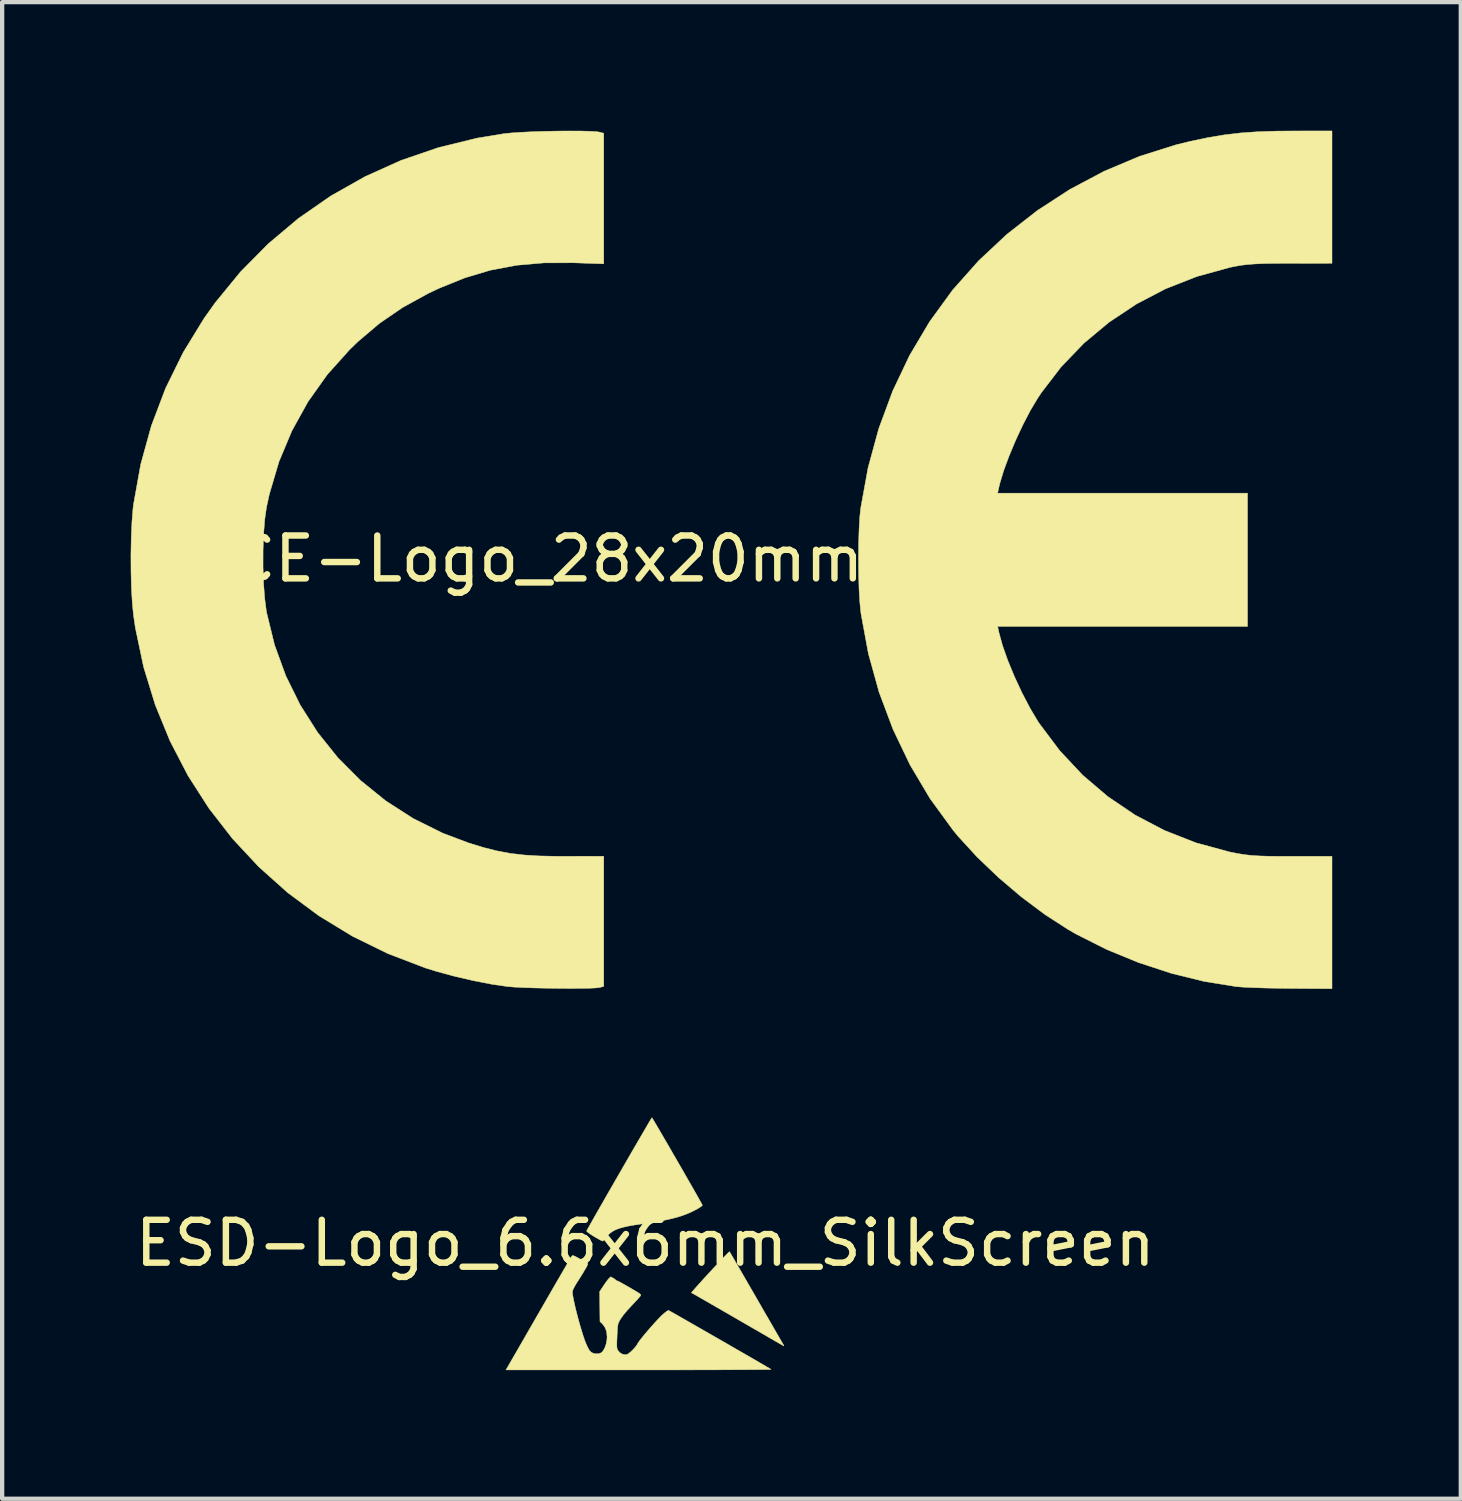
<source format=kicad_pcb>
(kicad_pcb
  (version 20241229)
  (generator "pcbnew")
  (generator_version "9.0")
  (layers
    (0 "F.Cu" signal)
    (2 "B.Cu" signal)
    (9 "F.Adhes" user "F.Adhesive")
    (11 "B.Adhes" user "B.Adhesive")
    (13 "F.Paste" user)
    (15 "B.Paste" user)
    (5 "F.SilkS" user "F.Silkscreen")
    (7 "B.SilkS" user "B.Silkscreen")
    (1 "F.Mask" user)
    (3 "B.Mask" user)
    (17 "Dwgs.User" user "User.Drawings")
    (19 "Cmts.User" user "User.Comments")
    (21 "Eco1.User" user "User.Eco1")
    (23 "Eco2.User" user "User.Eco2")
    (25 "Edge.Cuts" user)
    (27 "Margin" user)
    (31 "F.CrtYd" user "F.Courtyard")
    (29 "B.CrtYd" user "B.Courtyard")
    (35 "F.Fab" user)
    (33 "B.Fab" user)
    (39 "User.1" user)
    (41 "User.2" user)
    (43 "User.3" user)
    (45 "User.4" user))
  (footprint "CE-Logo_28x20mm_SilkScreen"
    (layer "F.Cu")
    (at 14.015 9.99)
    (property "Reference" "CE-Logo_28x20mm_SilkScreen" (at 0 0 0) (layer "F.SilkS") (effects (font (size 1 1) (thickness 0.15))))
    (attr exclude_from_pos_files exclude_from_bom)
    (fp_poly (pts (xy -3.512 -9.983) (xy -3.298 -9.977) (xy -3.144 -9.968) (xy -3.076 -9.957) (xy -2.978 -9.931) (xy -2.978 -6.884) (xy -3.672 -6.908) (xy -4.366 -6.907) (xy -5.009 -6.851) (xy -5.62 -6.736) (xy -6.217 -6.558) (xy -6.822 -6.313) (xy -7.073 -6.194) (xy -7.67 -5.866) (xy -8.209 -5.497) (xy -8.713 -5.07) (xy -8.909 -4.88) (xy -9.428 -4.301) (xy -9.877 -3.669) (xy -10.253 -2.991) (xy -10.555 -2.27) (xy -10.78 -1.511) (xy -10.847 -1.204) (xy -10.887 -0.926) (xy -10.914 -0.585) (xy -10.927 -0.205) (xy -10.928 0.189) (xy -10.915 0.575) (xy -10.888 0.929) (xy -10.849 1.226) (xy -10.845 1.248) (xy -10.66 2.005) (xy -10.397 2.728) (xy -10.06 3.41) (xy -9.655 4.048) (xy -9.184 4.637) (xy -8.652 5.171) (xy -8.063 5.647) (xy -7.423 6.058) (xy -6.734 6.4) (xy -6.127 6.629) (xy -5.785 6.734) (xy -5.472 6.813) (xy -5.165 6.871) (xy -4.843 6.909) (xy -4.485 6.931) (xy -4.069 6.94) (xy -3.887 6.94) (xy -2.978 6.939) (xy -2.978 9.975) (xy -3.076 10.001) (xy -3.161 10.011) (xy -3.316 10.018) (xy -3.527 10.022) (xy -3.778 10.023) (xy -4.051 10.021) (xy -4.333 10.017) (xy -4.605 10.011) (xy -4.853 10.003) (xy -5.06 9.992) (xy -5.21 9.98) (xy -5.211 9.98) (xy -5.585 9.926) (xy -6.008 9.844) (xy -6.446 9.743) (xy -6.869 9.629) (xy -7.137 9.546) (xy -8.013 9.211) (xy -8.843 8.804) (xy -9.624 8.328) (xy -10.353 7.788) (xy -11.026 7.186) (xy -11.64 6.528) (xy -12.192 5.817) (xy -12.679 5.057) (xy -13.097 4.252) (xy -13.443 3.407) (xy -13.714 2.524) (xy -13.907 1.608) (xy -13.95 1.314) (xy -13.978 1.033) (xy -13.998 0.689) (xy -14.008 0.305) (xy -14.01 -0.096) (xy -14.003 -0.49) (xy -13.987 -0.854) (xy -13.963 -1.164) (xy -13.95 -1.27) (xy -13.782 -2.206) (xy -13.532 -3.11) (xy -13.202 -3.98) (xy -12.792 -4.814) (xy -12.304 -5.611) (xy -12.043 -5.978) (xy -11.453 -6.698) (xy -10.804 -7.354) (xy -10.101 -7.945) (xy -9.349 -8.467) (xy -8.551 -8.918) (xy -7.712 -9.296) (xy -6.838 -9.596) (xy -5.932 -9.818) (xy -5.3 -9.922) (xy -5.127 -9.939) (xy -4.899 -9.954) (xy -4.633 -9.967) (xy -4.345 -9.976) (xy -4.051 -9.982) (xy -3.768 -9.984) (xy -3.512 -9.983)) (stroke (width 0.01) (type solid)) (fill yes) (layer "F.SilkS"))
    (fp_poly (pts (xy 14.014 -8.441) (xy 14.014 -6.897) (xy 13.039 -6.896) (xy 12.702 -6.895) (xy 12.435 -6.891) (xy 12.221 -6.882) (xy 12.045 -6.869) (xy 11.887 -6.849) (xy 11.733 -6.822) (xy 11.621 -6.798) (xy 10.86 -6.588) (xy 10.134 -6.303) (xy 9.448 -5.945) (xy 8.81 -5.52) (xy 8.223 -5.03) (xy 7.695 -4.481) (xy 7.23 -3.875) (xy 7.149 -3.752) (xy 6.977 -3.465) (xy 6.802 -3.129) (xy 6.633 -2.768) (xy 6.481 -2.404) (xy 6.354 -2.061) (xy 6.263 -1.76) (xy 6.243 -1.675) (xy 6.212 -1.533) (xy 12.043 -1.533) (xy 12.043 1.577) (xy 6.212 1.577) (xy 6.243 1.719) (xy 6.326 2.021) (xy 6.45 2.372) (xy 6.605 2.747) (xy 6.781 3.125) (xy 6.967 3.481) (xy 7.153 3.794) (xy 7.185 3.841) (xy 7.661 4.475) (xy 8.194 5.044) (xy 8.782 5.545) (xy 9.422 5.978) (xy 10.109 6.338) (xy 10.841 6.625) (xy 11.614 6.835) (xy 11.632 6.839) (xy 11.806 6.874) (xy 11.967 6.9) (xy 12.131 6.919) (xy 12.317 6.931) (xy 12.543 6.938) (xy 12.827 6.941) (xy 13.061 6.941) (xy 14.014 6.941) (xy 14.014 10.029) (xy 13.061 10.023) (xy 12.757 10.019) (xy 12.46 10.013) (xy 12.189 10.004) (xy 11.964 9.994) (xy 11.804 9.982) (xy 11.78 9.98) (xy 11.034 9.86) (xy 10.267 9.671) (xy 9.499 9.419) (xy 8.752 9.112) (xy 8.046 8.756) (xy 7.861 8.65) (xy 7.32 8.301) (xy 6.77 7.89) (xy 6.235 7.436) (xy 5.735 6.958) (xy 5.292 6.475) (xy 5.171 6.328) (xy 4.637 5.595) (xy 4.169 4.808) (xy 3.771 3.976) (xy 3.445 3.107) (xy 3.196 2.208) (xy 3.026 1.288) (xy 3.018 1.226) (xy 2.995 0.989) (xy 2.978 0.689) (xy 2.969 0.347) (xy 2.966 -0.013) (xy 2.969 -0.371) (xy 2.98 -0.704) (xy 2.997 -0.991) (xy 3.017 -1.182) (xy 3.189 -2.126) (xy 3.438 -3.038) (xy 3.762 -3.913) (xy 4.158 -4.747) (xy 4.625 -5.534) (xy 5.159 -6.269) (xy 5.171 -6.283) (xy 5.768 -6.955) (xy 6.427 -7.572) (xy 7.14 -8.129) (xy 7.9 -8.622) (xy 8.698 -9.045) (xy 9.526 -9.394) (xy 10.376 -9.662) (xy 10.708 -9.743) (xy 11.118 -9.829) (xy 11.499 -9.893) (xy 11.876 -9.938) (xy 12.273 -9.966) (xy 12.714 -9.981) (xy 13.083 -9.984) (xy 14.014 -9.985) (xy 14.014 -8.441)) (stroke (width 0.01) (type solid)) (fill yes) (layer "F.SilkS")))
  (footprint "ESD-Logo_6.6x6mm_SilkScreen"
    (layer "F.Cu")
    (at 12.006 25.956)
    (property "Reference" "ESD-Logo_6.6x6mm_SilkScreen" (at 0 0 0) (layer "F.SilkS") (effects (font (size 1 1) (thickness 0.15))))
    (attr exclude_from_pos_files exclude_from_bom)
    (fp_poly (pts (xy 1.988 0.235) (xy 1.999 0.254) (xy 2.024 0.297) (xy 2.063 0.364) (xy 2.113 0.45) (xy 2.174 0.555) (xy 2.244 0.675) (xy 2.321 0.809) (xy 2.405 0.955) (xy 2.495 1.11) (xy 2.587 1.27) (xy 2.681 1.433) (xy 2.771 1.59) (xy 2.857 1.738) (xy 2.936 1.874) (xy 3.007 1.998) (xy 3.069 2.105) (xy 3.121 2.195) (xy 3.161 2.265) (xy 3.189 2.313) (xy 3.202 2.335) (xy 3.223 2.372) (xy 3.234 2.396) (xy 3.235 2.4) (xy 3.221 2.392) (xy 3.182 2.37) (xy 3.12 2.335) (xy 3.038 2.288) (xy 2.937 2.23) (xy 2.82 2.162) (xy 2.688 2.085) (xy 2.543 2.002) (xy 2.387 1.912) (xy 2.223 1.817) (xy 2.161 1.781) (xy 1.993 1.684) (xy 1.834 1.592) (xy 1.684 1.505) (xy 1.546 1.426) (xy 1.422 1.354) (xy 1.314 1.292) (xy 1.223 1.24) (xy 1.153 1.2) (xy 1.104 1.172) (xy 1.08 1.158) (xy 1.077 1.157) (xy 1.085 1.145) (xy 1.111 1.114) (xy 1.153 1.066) (xy 1.208 1.004) (xy 1.274 0.93) (xy 1.347 0.849) (xy 1.426 0.763) (xy 1.508 0.674) (xy 1.589 0.586) (xy 1.668 0.502) (xy 1.741 0.423) (xy 1.807 0.354) (xy 1.862 0.298) (xy 1.903 0.256) (xy 1.917 0.242) (xy 1.964 0.198) (xy 1.988 0.235)) (stroke (width 0.01) (type solid)) (fill yes) (layer "F.SilkS"))
    (fp_poly (pts (xy 0.164 -2.914) (xy 0.187 -2.877) (xy 0.223 -2.817) (xy 0.269 -2.739) (xy 0.325 -2.643) (xy 0.389 -2.534) (xy 0.46 -2.412) (xy 0.536 -2.282) (xy 0.615 -2.144) (xy 0.697 -2.002) (xy 0.78 -1.859) (xy 0.862 -1.717) (xy 0.942 -1.577) (xy 1.018 -1.444) (xy 1.09 -1.319) (xy 1.155 -1.205) (xy 1.212 -1.105) (xy 1.259 -1.02) (xy 1.296 -0.954) (xy 1.321 -0.909) (xy 1.332 -0.888) (xy 1.332 -0.886) (xy 1.319 -0.868) (xy 1.281 -0.84) (xy 1.224 -0.805) (xy 1.152 -0.766) (xy 1.077 -0.729) (xy 0.975 -0.684) (xy 0.867 -0.644) (xy 0.75 -0.607) (xy 0.621 -0.573) (xy 0.475 -0.541) (xy 0.309 -0.51) (xy 0.119 -0.479) (xy -0.078 -0.45) (xy -0.248 -0.424) (xy -0.391 -0.399) (xy -0.511 -0.372) (xy -0.61 -0.344) (xy -0.693 -0.312) (xy -0.763 -0.275) (xy -0.823 -0.231) (xy -0.878 -0.181) (xy -0.896 -0.162) (xy -0.934 -0.119) (xy -0.962 -0.083) (xy -0.975 -0.062) (xy -0.976 -0.061) (xy -0.98 -0.05) (xy -0.996 -0.05) (xy -1.027 -0.062) (xy -1.075 -0.087) (xy -1.144 -0.126) (xy -1.193 -0.154) (xy -1.264 -0.199) (xy -1.32 -0.237) (xy -1.356 -0.266) (xy -1.369 -0.283) (xy -1.369 -0.283) (xy -1.361 -0.299) (xy -1.339 -0.34) (xy -1.304 -0.402) (xy -1.258 -0.485) (xy -1.201 -0.586) (xy -1.135 -0.702) (xy -1.061 -0.831) (xy -0.98 -0.972) (xy -0.895 -1.122) (xy -0.805 -1.278) (xy -0.713 -1.438) (xy -0.619 -1.601) (xy -0.525 -1.764) (xy -0.432 -1.925) (xy -0.342 -2.082) (xy -0.255 -2.231) (xy -0.173 -2.372) (xy -0.097 -2.502) (xy -0.029 -2.619) (xy 0.03 -2.72) (xy 0.079 -2.804) (xy 0.117 -2.868) (xy 0.143 -2.909) (xy 0.154 -2.927) (xy 0.155 -2.927) (xy 0.164 -2.914)) (stroke (width 0.01) (type solid)) (fill yes) (layer "F.SilkS"))
    (fp_poly (pts (xy -1.678 0.291) (xy -1.645 0.304) (xy -1.596 0.329) (xy -1.525 0.368) (xy -1.519 0.371) (xy -1.454 0.408) (xy -1.398 0.441) (xy -1.359 0.466) (xy -1.34 0.48) (xy -1.339 0.48) (xy -1.344 0.499) (xy -1.365 0.542) (xy -1.4 0.605) (xy -1.449 0.687) (xy -1.509 0.785) (xy -1.581 0.898) (xy -1.599 0.925) (xy -1.645 1.002) (xy -1.679 1.068) (xy -1.697 1.117) (xy -1.699 1.127) (xy -1.698 1.169) (xy -1.689 1.237) (xy -1.672 1.326) (xy -1.649 1.431) (xy -1.622 1.548) (xy -1.59 1.673) (xy -1.556 1.801) (xy -1.52 1.928) (xy -1.484 2.049) (xy -1.449 2.161) (xy -1.416 2.259) (xy -1.385 2.338) (xy -1.364 2.385) (xy -1.34 2.435) (xy -1.316 2.483) (xy -1.315 2.486) (xy -1.276 2.534) (xy -1.22 2.567) (xy -1.154 2.582) (xy -1.088 2.58) (xy -1.029 2.558) (xy -0.996 2.529) (xy -0.948 2.451) (xy -0.913 2.352) (xy -0.894 2.245) (xy -0.891 2.184) (xy -0.902 2.07) (xy -0.934 1.976) (xy -0.989 1.896) (xy -1.006 1.879) (xy -1.057 1.829) (xy -1.061 1.479) (xy -1.064 1.129) (xy -0.975 0.995) (xy -0.933 0.933) (xy -0.893 0.878) (xy -0.86 0.837) (xy -0.846 0.822) (xy -0.806 0.785) (xy -0.751 0.814) (xy -0.717 0.835) (xy -0.698 0.851) (xy -0.697 0.854) (xy -0.684 0.867) (xy -0.662 0.876) (xy -0.641 0.884) (xy -0.608 0.9) (xy -0.562 0.925) (xy -0.498 0.961) (xy -0.415 1.008) (xy -0.309 1.069) (xy -0.252 1.103) (xy -0.184 1.143) (xy -0.14 1.172) (xy -0.115 1.192) (xy -0.106 1.208) (xy -0.107 1.222) (xy -0.109 1.225) (xy -0.125 1.245) (xy -0.158 1.284) (xy -0.205 1.336) (xy -0.262 1.397) (xy -0.311 1.449) (xy -0.425 1.573) (xy -0.514 1.68) (xy -0.579 1.771) (xy -0.621 1.849) (xy -0.635 1.888) (xy -0.641 1.922) (xy -0.647 1.981) (xy -0.652 2.057) (xy -0.657 2.144) (xy -0.659 2.199) (xy -0.663 2.294) (xy -0.664 2.364) (xy -0.663 2.413) (xy -0.66 2.448) (xy -0.653 2.473) (xy -0.644 2.493) (xy -0.636 2.506) (xy -0.592 2.555) (xy -0.534 2.589) (xy -0.474 2.603) (xy -0.429 2.598) (xy -0.388 2.575) (xy -0.337 2.533) (xy -0.283 2.481) (xy -0.233 2.425) (xy -0.194 2.372) (xy -0.179 2.346) (xy -0.158 2.311) (xy -0.118 2.257) (xy -0.065 2.19) (xy -0.001 2.112) (xy 0.07 2.029) (xy 0.144 1.944) (xy 0.218 1.861) (xy 0.288 1.785) (xy 0.35 1.72) (xy 0.399 1.673) (xy 0.454 1.625) (xy 0.5 1.59) (xy 0.532 1.571) (xy 0.542 1.569) (xy 0.559 1.577) (xy 0.6 1.6) (xy 0.663 1.635) (xy 0.745 1.682) (xy 0.845 1.739) (xy 0.96 1.805) (xy 1.088 1.878) (xy 1.226 1.957) (xy 1.372 2.041) (xy 1.524 2.128) (xy 1.679 2.217) (xy 1.835 2.306) (xy 1.989 2.395) (xy 2.139 2.482) (xy 2.284 2.565) (xy 2.42 2.644) (xy 2.545 2.716) (xy 2.656 2.781) (xy 2.753 2.837) (xy 2.831 2.883) (xy 2.889 2.917) (xy 2.924 2.938) (xy 2.934 2.945) (xy 2.92 2.946) (xy 2.877 2.948) (xy 2.806 2.949) (xy 2.708 2.95) (xy 2.584 2.951) (xy 2.437 2.952) (xy 2.268 2.953) (xy 2.078 2.954) (xy 1.868 2.955) (xy 1.64 2.956) (xy 1.396 2.956) (xy 1.137 2.957) (xy 0.864 2.957) (xy 0.579 2.958) (xy 0.282 2.958) (xy -0.023 2.958) (xy -0.151 2.958) (xy -3.251 2.958) (xy -3.03 2.575) (xy -2.983 2.494) (xy -2.923 2.389) (xy -2.851 2.265) (xy -2.77 2.124) (xy -2.682 1.971) (xy -2.588 1.808) (xy -2.491 1.639) (xy -2.392 1.468) (xy -2.294 1.298) (xy -2.269 1.255) (xy -2.179 1.098) (xy -2.093 0.949) (xy -2.012 0.81) (xy -1.938 0.682) (xy -1.872 0.569) (xy -1.816 0.473) (xy -1.77 0.395) (xy -1.736 0.338) (xy -1.716 0.305) (xy -1.71 0.296) (xy -1.698 0.289) (xy -1.678 0.291)) (stroke (width 0.01) (type solid)) (fill yes) (layer "F.SilkS")))
  (gr_rect
    (start -3 -3)
    (end 31.034 31.919)
    (stroke (width 0.1) (type default))
    (fill no)
    (layer "Edge.Cuts")))
</source>
